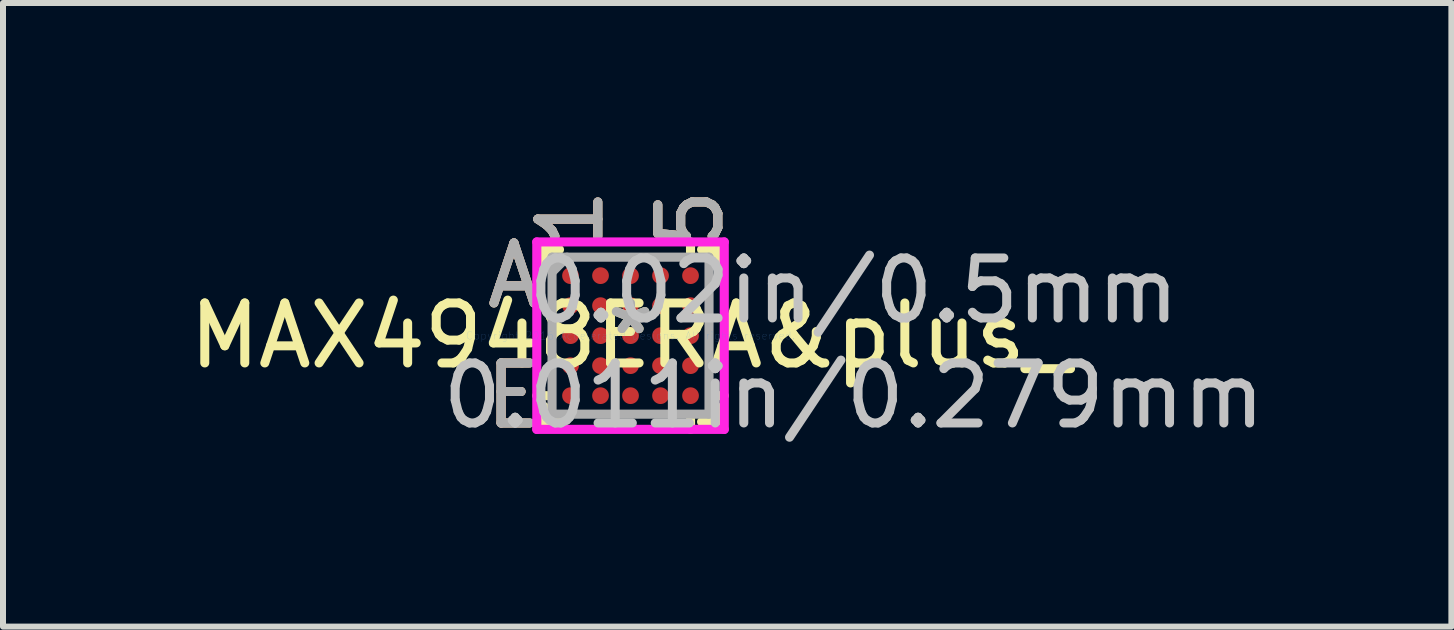
<source format=kicad_pcb>
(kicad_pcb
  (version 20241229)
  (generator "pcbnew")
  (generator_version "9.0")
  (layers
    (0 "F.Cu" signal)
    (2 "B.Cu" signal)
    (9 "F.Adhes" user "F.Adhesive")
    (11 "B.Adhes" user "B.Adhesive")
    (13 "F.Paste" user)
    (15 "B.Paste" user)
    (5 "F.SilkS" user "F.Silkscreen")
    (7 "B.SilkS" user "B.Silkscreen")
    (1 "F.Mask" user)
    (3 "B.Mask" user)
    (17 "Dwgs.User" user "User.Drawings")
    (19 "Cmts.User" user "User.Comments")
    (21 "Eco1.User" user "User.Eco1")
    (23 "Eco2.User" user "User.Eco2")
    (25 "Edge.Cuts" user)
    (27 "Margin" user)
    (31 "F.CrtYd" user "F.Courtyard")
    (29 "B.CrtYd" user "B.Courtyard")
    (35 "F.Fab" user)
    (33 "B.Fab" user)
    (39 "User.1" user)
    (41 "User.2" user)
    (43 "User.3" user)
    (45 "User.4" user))
  (footprint "MAX4948ERA&plus_"
    (layer "F.Cu")
    (at 7.458 2.544)
    (property "Reference" "MAX4948ERA&plus_" (at 0 0 0) (layer "F.SilkS") (effects (font (size 1 1) (thickness 0.15))))
    (attr through_hole)
    (fp_line (start -1.435 -1.435) (end -1.435 -1.184) (stroke (width 0.152) (type solid)) (layer "F.SilkS"))
    (fp_line (start -1.435 1.184) (end -1.435 1.435) (stroke (width 0.152) (type solid)) (layer "F.SilkS"))
    (fp_line (start -1.435 1.435) (end -1.184 1.435) (stroke (width 0.152) (type solid)) (layer "F.SilkS"))
    (fp_line (start -1.396 1) (end -1.562 1) (stroke (width 0.152) (type solid)) (layer "F.SilkS"))
    (fp_line (start -1.184 -1.435) (end -1.435 -1.435) (stroke (width 0.152) (type solid)) (layer "F.SilkS"))
    (fp_line (start 1 -1.396) (end 1 -1.562) (stroke (width 0.152) (type solid)) (layer "F.SilkS"))
    (fp_line (start 1 1.396) (end 1 1.562) (stroke (width 0.152) (type solid)) (layer "F.SilkS"))
    (fp_line (start 1.184 1.435) (end 1.435 1.435) (stroke (width 0.152) (type solid)) (layer "F.SilkS"))
    (fp_line (start 1.396 1) (end 1.562 1) (stroke (width 0.152) (type solid)) (layer "F.SilkS"))
    (fp_line (start 1.435 -1.435) (end 1.184 -1.435) (stroke (width 0.152) (type solid)) (layer "F.SilkS"))
    (fp_line (start 1.435 -1.184) (end 1.435 -1.435) (stroke (width 0.152) (type solid)) (layer "F.SilkS"))
    (fp_line (start 1.435 1.435) (end 1.435 1.184) (stroke (width 0.152) (type solid)) (layer "F.SilkS"))
    (fp_line (start -1.562 -1.562) (end 1.562 -1.562) (stroke (width 0.152) (type solid)) (layer "F.CrtYd"))
    (fp_line (start -1.562 1.562) (end -1.562 -1.562) (stroke (width 0.152) (type solid)) (layer "F.CrtYd"))
    (fp_line (start 1.562 -1.562) (end 1.562 1.562) (stroke (width 0.152) (type solid)) (layer "F.CrtYd"))
    (fp_line (start 1.562 1.562) (end -1.562 1.562) (stroke (width 0.152) (type solid)) (layer "F.CrtYd"))
    (fp_line (start -1.308 -1.308) (end -1.308 1.308) (stroke (width 0.152) (type solid)) (layer "F.Fab"))
    (fp_line (start -1.308 1.308) (end 1.308 1.308) (stroke (width 0.152) (type solid)) (layer "F.Fab"))
    (fp_line (start -1.058 -1.308) (end -1.308 -1.058) (stroke (width 0.152) (type solid)) (layer "F.Fab"))
    (fp_line (start 1.308 -1.308) (end -1.308 -1.308) (stroke (width 0.152) (type solid)) (layer "F.Fab"))
    (fp_line (start 1.308 1.308) (end 1.308 -1.308) (stroke (width 0.152) (type solid)) (layer "F.Fab"))
    (fp_text user "E" (at -1.943 1 0) (layer "F.SilkS") (effects (font (size 1 1) (thickness 0.15))))
    (fp_text user "1" (at -1 -1.943 90) (layer "F.SilkS") (effects (font (size 1 1) (thickness 0.15))))
    (fp_text user "5" (at 1 -1.943 90) (layer "F.SilkS") (effects (font (size 1 1) (thickness 0.15))))
    (fp_text user "*" (at 0 0 0) (layer "F.SilkS") (effects (font (size 1 1) (thickness 0.15))))
    (fp_text user "A" (at -1.943 -1 0) (layer "F.SilkS") (effects (font (size 1 1) (thickness 0.15))))
    (fp_text user "5" (at 1 -1.943 90) (layer "B.SilkS") (effects (font (size 1 1) (thickness 0.15))))
    (fp_text user "A" (at -1.943 -1 0) (layer "B.SilkS") (effects (font (size 1 1) (thickness 0.15))))
    (fp_text user "1" (at -1 -1.943 90) (layer "B.SilkS") (effects (font (size 1 1) (thickness 0.15))))
    (fp_text user "E" (at -1.943 1 0) (layer "B.SilkS") (effects (font (size 1 1) (thickness 0.15))))
    (fp_text user "0.011in/0.279mm" (at 3.721 1 0) (layer "Dwgs.User") (effects (font (size 1 1) (thickness 0.15))))
    (fp_text user "0.02in/0.5mm" (at 3.721 -0.75 0) (layer "Dwgs.User") (effects (font (size 1 1) (thickness 0.15))))
    (fp_text user "Copyright 2016 Accelerated Designs. All rights reserved." (at 0 0 0) (layer "Cmts.User") (effects (font (size 0.127 0.127) (thickness 0.002))))
    (fp_text user "*" (at 0 0 0) (layer "F.Fab") (effects (font (size 1 1) (thickness 0.15))))
    (fp_text user "A" (at -1.943 -1 0) (layer "F.Fab") (effects (font (size 1 1) (thickness 0.15))))
    (fp_text user "1" (at -1 -1.943 90) (layer "F.Fab") (effects (font (size 1 1) (thickness 0.15))))
    (fp_text user "E" (at -1.943 1 0) (layer "F.Fab") (effects (font (size 1 1) (thickness 0.15))))
    (fp_text user "5" (at 1 -1.943 90) (layer "F.Fab") (effects (font (size 1 1) (thickness 0.15))))
    (pad "A1" smd circle (at -1 -1) (size 0.279 0.279) (layers "F.Cu" "F.Mask" "F.Paste"))
    (pad "A2" smd circle (at -0.5 -1) (size 0.279 0.279) (layers "F.Cu" "F.Mask" "F.Paste"))
    (pad "A3" smd circle (at 0 -1) (size 0.279 0.279) (layers "F.Cu" "F.Mask" "F.Paste"))
    (pad "A4" smd circle (at 0.5 -1) (size 0.279 0.279) (layers "F.Cu" "F.Mask" "F.Paste"))
    (pad "A5" smd circle (at 1 -1) (size 0.279 0.279) (layers "F.Cu" "F.Mask" "F.Paste"))
    (pad "B1" smd circle (at -1 -0.5) (size 0.279 0.279) (layers "F.Cu" "F.Mask" "F.Paste"))
    (pad "B2" smd circle (at -0.5 -0.5) (size 0.279 0.279) (layers "F.Cu" "F.Mask" "F.Paste"))
    (pad "B3" smd circle (at 0 -0.5) (size 0.279 0.279) (layers "F.Cu" "F.Mask" "F.Paste"))
    (pad "B4" smd circle (at 0.5 -0.5) (size 0.279 0.279) (layers "F.Cu" "F.Mask" "F.Paste"))
    (pad "B5" smd circle (at 1 -0.5) (size 0.279 0.279) (layers "F.Cu" "F.Mask" "F.Paste"))
    (pad "C1" smd circle (at -1 0) (size 0.279 0.279) (layers "F.Cu" "F.Mask" "F.Paste"))
    (pad "C2" smd circle (at -0.5 0) (size 0.279 0.279) (layers "F.Cu" "F.Mask" "F.Paste"))
    (pad "C3" smd circle (at 0 0) (size 0.279 0.279) (layers "F.Cu" "F.Mask" "F.Paste"))
    (pad "C4" smd circle (at 0.5 0) (size 0.279 0.279) (layers "F.Cu" "F.Mask" "F.Paste"))
    (pad "C5" smd circle (at 1 0) (size 0.279 0.279) (layers "F.Cu" "F.Mask" "F.Paste"))
    (pad "D1" smd circle (at -1 0.5) (size 0.279 0.279) (layers "F.Cu" "F.Mask" "F.Paste"))
    (pad "D2" smd circle (at -0.5 0.5) (size 0.279 0.279) (layers "F.Cu" "F.Mask" "F.Paste"))
    (pad "D3" smd circle (at 0 0.5) (size 0.279 0.279) (layers "F.Cu" "F.Mask" "F.Paste"))
    (pad "D4" smd circle (at 0.5 0.5) (size 0.279 0.279) (layers "F.Cu" "F.Mask" "F.Paste"))
    (pad "D5" smd circle (at 1 0.5) (size 0.279 0.279) (layers "F.Cu" "F.Mask" "F.Paste"))
    (pad "E1" smd circle (at -1 1) (size 0.279 0.279) (layers "F.Cu" "F.Mask" "F.Paste"))
    (pad "E2" smd circle (at -0.5 1) (size 0.279 0.279) (layers "F.Cu" "F.Mask" "F.Paste"))
    (pad "E3" smd circle (at 0 1) (size 0.279 0.279) (layers "F.Cu" "F.Mask" "F.Paste"))
    (pad "E4" smd circle (at 0.5 1) (size 0.279 0.279) (layers "F.Cu" "F.Mask" "F.Paste"))
    (pad "E5" smd circle (at 1 1) (size 0.279 0.279) (layers "F.Cu" "F.Mask" "F.Paste")))
  (gr_rect
    (start -3 -3)
    (end 21.138 7.393)
    (stroke (width 0.1) (type default))
    (fill no)
    (layer "Edge.Cuts")))
</source>
